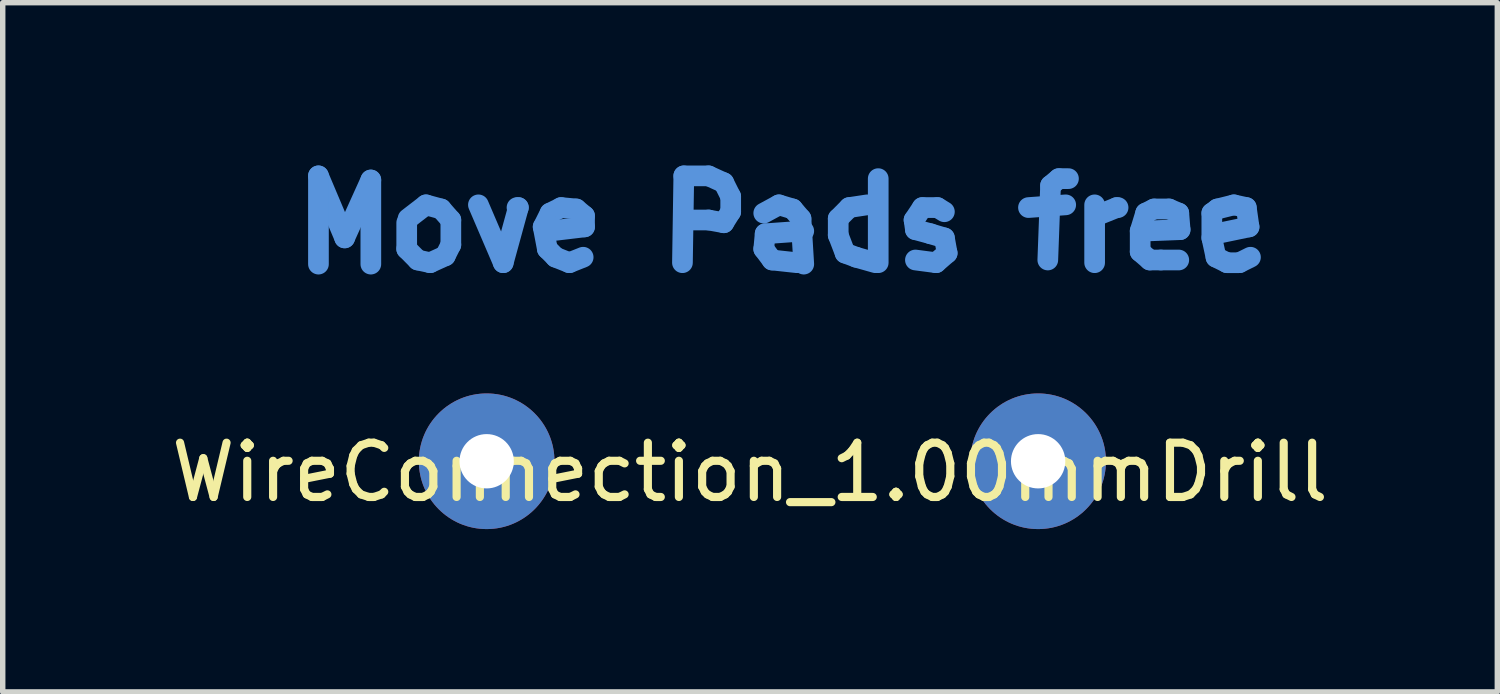
<source format=kicad_pcb>
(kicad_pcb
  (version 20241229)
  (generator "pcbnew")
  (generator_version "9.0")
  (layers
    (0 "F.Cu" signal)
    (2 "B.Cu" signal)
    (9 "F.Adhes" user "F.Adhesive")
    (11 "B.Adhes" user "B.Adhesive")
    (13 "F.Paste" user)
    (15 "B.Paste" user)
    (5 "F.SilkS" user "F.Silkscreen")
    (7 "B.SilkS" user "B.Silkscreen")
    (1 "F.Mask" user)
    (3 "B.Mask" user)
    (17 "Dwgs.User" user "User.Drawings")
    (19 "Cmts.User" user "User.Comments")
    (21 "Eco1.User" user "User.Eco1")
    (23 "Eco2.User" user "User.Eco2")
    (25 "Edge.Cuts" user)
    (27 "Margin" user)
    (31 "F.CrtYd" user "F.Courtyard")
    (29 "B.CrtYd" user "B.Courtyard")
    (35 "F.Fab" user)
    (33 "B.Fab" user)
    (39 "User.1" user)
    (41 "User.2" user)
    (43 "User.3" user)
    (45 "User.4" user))
  (footprint "WireConnection_1.00mmDrill"
    (layer "F.Cu")
    (at 5.916 5.448)
    (property "Reference" "WireConnection_1.00mmDrill" (at 4.851 0.203 0) (layer "F.SilkS") (effects (font (size 1 1) (thickness 0.15))))
    (attr through_hole)
    (fp_line (start -3.099 -5.258) (end -2.616 -4.115) (stroke (width 0.381) (type solid)) (layer "Cmts.User"))
    (fp_line (start -3.099 -3.632) (end -3.099 -5.258) (stroke (width 0.381) (type solid)) (layer "Cmts.User"))
    (fp_line (start -2.616 -4.115) (end -2.134 -5.182) (stroke (width 0.381) (type solid)) (layer "Cmts.User"))
    (fp_line (start -2.134 -5.182) (end -2.134 -3.632) (stroke (width 0.381) (type solid)) (layer "Cmts.User"))
    (fp_line (start -1.473 -4.394) (end -1.473 -3.912) (stroke (width 0.381) (type solid)) (layer "Cmts.User"))
    (fp_line (start -1.473 -3.912) (end -1.27 -3.708) (stroke (width 0.381) (type solid)) (layer "Cmts.User"))
    (fp_line (start -1.27 -3.708) (end -1.041 -3.658) (stroke (width 0.381) (type solid)) (layer "Cmts.User"))
    (fp_line (start -1.118 -4.724) (end -1.448 -4.47) (stroke (width 0.381) (type solid)) (layer "Cmts.User"))
    (fp_line (start -1.041 -3.658) (end -0.762 -3.785) (stroke (width 0.381) (type solid)) (layer "Cmts.User"))
    (fp_line (start -0.838 -4.648) (end -1.118 -4.724) (stroke (width 0.381) (type solid)) (layer "Cmts.User"))
    (fp_line (start -0.762 -3.785) (end -0.66 -3.988) (stroke (width 0.381) (type solid)) (layer "Cmts.User"))
    (fp_line (start -0.66 -4.445) (end -0.838 -4.648) (stroke (width 0.381) (type solid)) (layer "Cmts.User"))
    (fp_line (start -0.66 -3.988) (end -0.66 -4.445) (stroke (width 0.381) (type solid)) (layer "Cmts.User"))
    (fp_line (start -0.152 -4.724) (end 0.305 -3.658) (stroke (width 0.381) (type solid)) (layer "Cmts.User"))
    (fp_line (start 0.305 -3.658) (end 0.584 -4.674) (stroke (width 0.381) (type solid)) (layer "Cmts.User"))
    (fp_line (start 0.584 -4.674) (end 0.559 -4.674) (stroke (width 0.381) (type solid)) (layer "Cmts.User"))
    (fp_line (start 1.041 -4.318) (end 1.168 -4.572) (stroke (width 0.381) (type solid)) (layer "Cmts.User"))
    (fp_line (start 1.118 -3.912) (end 1.041 -4.318) (stroke (width 0.381) (type solid)) (layer "Cmts.User"))
    (fp_line (start 1.168 -4.572) (end 1.372 -4.674) (stroke (width 0.381) (type solid)) (layer "Cmts.User"))
    (fp_line (start 1.27 -3.759) (end 1.118 -3.912) (stroke (width 0.381) (type solid)) (layer "Cmts.User"))
    (fp_line (start 1.372 -4.674) (end 1.651 -4.648) (stroke (width 0.381) (type solid)) (layer "Cmts.User"))
    (fp_line (start 1.524 -3.658) (end 1.27 -3.759) (stroke (width 0.381) (type solid)) (layer "Cmts.User"))
    (fp_line (start 1.651 -4.648) (end 1.803 -4.521) (stroke (width 0.381) (type solid)) (layer "Cmts.User"))
    (fp_line (start 1.778 -3.759) (end 1.524 -3.658) (stroke (width 0.381) (type solid)) (layer "Cmts.User"))
    (fp_line (start 1.803 -4.521) (end 1.803 -4.318) (stroke (width 0.381) (type solid)) (layer "Cmts.User"))
    (fp_line (start 1.803 -4.318) (end 1.168 -4.242) (stroke (width 0.381) (type solid)) (layer "Cmts.User"))
    (fp_line (start 3.607 -3.658) (end 3.632 -5.258) (stroke (width 0.381) (type solid)) (layer "Cmts.User"))
    (fp_line (start 3.632 -5.258) (end 4.089 -5.258) (stroke (width 0.381) (type solid)) (layer "Cmts.User"))
    (fp_line (start 4.089 -5.258) (end 4.369 -5.131) (stroke (width 0.381) (type solid)) (layer "Cmts.User"))
    (fp_line (start 4.089 -4.445) (end 3.632 -4.445) (stroke (width 0.381) (type solid)) (layer "Cmts.User"))
    (fp_line (start 4.369 -5.131) (end 4.496 -4.877) (stroke (width 0.381) (type solid)) (layer "Cmts.User"))
    (fp_line (start 4.369 -4.394) (end 4.089 -4.445) (stroke (width 0.381) (type solid)) (layer "Cmts.User"))
    (fp_line (start 4.496 -4.877) (end 4.496 -4.597) (stroke (width 0.381) (type solid)) (layer "Cmts.User"))
    (fp_line (start 4.496 -4.597) (end 4.369 -4.394) (stroke (width 0.381) (type solid)) (layer "Cmts.User"))
    (fp_line (start 5.105 -4.572) (end 5.385 -4.724) (stroke (width 0.381) (type solid)) (layer "Cmts.User"))
    (fp_line (start 5.105 -3.912) (end 5.131 -4.191) (stroke (width 0.381) (type solid)) (layer "Cmts.User"))
    (fp_line (start 5.131 -4.191) (end 5.842 -4.242) (stroke (width 0.381) (type solid)) (layer "Cmts.User"))
    (fp_line (start 5.258 -3.708) (end 5.105 -3.912) (stroke (width 0.381) (type solid)) (layer "Cmts.User"))
    (fp_line (start 5.385 -4.724) (end 5.639 -4.648) (stroke (width 0.381) (type solid)) (layer "Cmts.User"))
    (fp_line (start 5.639 -4.648) (end 5.791 -4.47) (stroke (width 0.381) (type solid)) (layer "Cmts.User"))
    (fp_line (start 5.715 -3.658) (end 5.258 -3.708) (stroke (width 0.381) (type solid)) (layer "Cmts.User"))
    (fp_line (start 5.791 -4.47) (end 5.842 -3.632) (stroke (width 0.381) (type solid)) (layer "Cmts.User"))
    (fp_line (start 6.477 -4.47) (end 6.68 -4.674) (stroke (width 0.381) (type solid)) (layer "Cmts.User"))
    (fp_line (start 6.477 -4.166) (end 6.477 -4.47) (stroke (width 0.381) (type solid)) (layer "Cmts.User"))
    (fp_line (start 6.604 -3.835) (end 6.477 -4.166) (stroke (width 0.381) (type solid)) (layer "Cmts.User"))
    (fp_line (start 6.68 -4.674) (end 7.01 -4.724) (stroke (width 0.381) (type solid)) (layer "Cmts.User"))
    (fp_line (start 6.807 -3.759) (end 6.604 -3.835) (stroke (width 0.381) (type solid)) (layer "Cmts.User"))
    (fp_line (start 7.163 -3.658) (end 6.807 -3.759) (stroke (width 0.381) (type solid)) (layer "Cmts.User"))
    (fp_line (start 7.214 -5.207) (end 7.214 -3.658) (stroke (width 0.381) (type solid)) (layer "Cmts.User"))
    (fp_line (start 7.874 -4.445) (end 7.899 -4.267) (stroke (width 0.381) (type solid)) (layer "Cmts.User"))
    (fp_line (start 7.899 -4.267) (end 8.179 -4.191) (stroke (width 0.381) (type solid)) (layer "Cmts.User"))
    (fp_line (start 8.026 -4.674) (end 7.874 -4.445) (stroke (width 0.381) (type solid)) (layer "Cmts.User"))
    (fp_line (start 8.179 -4.191) (end 8.433 -4.115) (stroke (width 0.381) (type solid)) (layer "Cmts.User"))
    (fp_line (start 8.28 -3.658) (end 7.899 -3.708) (stroke (width 0.381) (type solid)) (layer "Cmts.User"))
    (fp_line (start 8.306 -4.674) (end 8.026 -4.674) (stroke (width 0.381) (type solid)) (layer "Cmts.User"))
    (fp_line (start 8.433 -4.597) (end 8.306 -4.674) (stroke (width 0.381) (type solid)) (layer "Cmts.User"))
    (fp_line (start 8.433 -4.115) (end 8.484 -3.835) (stroke (width 0.381) (type solid)) (layer "Cmts.User"))
    (fp_line (start 8.484 -3.835) (end 8.28 -3.658) (stroke (width 0.381) (type solid)) (layer "Cmts.User"))
    (fp_line (start 9.982 -4.674) (end 10.668 -4.724) (stroke (width 0.381) (type solid)) (layer "Cmts.User"))
    (fp_line (start 10.389 -5.08) (end 10.338 -3.708) (stroke (width 0.381) (type solid)) (layer "Cmts.User"))
    (fp_line (start 10.541 -5.207) (end 10.389 -5.08) (stroke (width 0.381) (type solid)) (layer "Cmts.User"))
    (fp_line (start 10.719 -5.207) (end 10.541 -5.207) (stroke (width 0.381) (type solid)) (layer "Cmts.User"))
    (fp_line (start 11.201 -4.724) (end 11.201 -3.658) (stroke (width 0.381) (type solid)) (layer "Cmts.User"))
    (fp_line (start 11.227 -4.521) (end 11.608 -4.674) (stroke (width 0.381) (type solid)) (layer "Cmts.User"))
    (fp_line (start 11.608 -4.674) (end 11.633 -4.674) (stroke (width 0.381) (type solid)) (layer "Cmts.User"))
    (fp_line (start 12.04 -4.242) (end 12.141 -4.572) (stroke (width 0.381) (type solid)) (layer "Cmts.User"))
    (fp_line (start 12.04 -3.861) (end 12.04 -4.242) (stroke (width 0.381) (type solid)) (layer "Cmts.User"))
    (fp_line (start 12.141 -4.572) (end 12.294 -4.648) (stroke (width 0.381) (type solid)) (layer "Cmts.User"))
    (fp_line (start 12.217 -3.708) (end 12.04 -3.861) (stroke (width 0.381) (type solid)) (layer "Cmts.User"))
    (fp_line (start 12.294 -4.648) (end 12.573 -4.648) (stroke (width 0.381) (type solid)) (layer "Cmts.User"))
    (fp_line (start 12.421 -3.708) (end 12.217 -3.708) (stroke (width 0.381) (type solid)) (layer "Cmts.User"))
    (fp_line (start 12.573 -4.648) (end 12.751 -4.572) (stroke (width 0.381) (type solid)) (layer "Cmts.User"))
    (fp_line (start 12.751 -4.572) (end 12.776 -4.267) (stroke (width 0.381) (type solid)) (layer "Cmts.User"))
    (fp_line (start 12.751 -3.708) (end 12.421 -3.708) (stroke (width 0.381) (type solid)) (layer "Cmts.User"))
    (fp_line (start 12.776 -4.267) (end 12.141 -4.242) (stroke (width 0.381) (type solid)) (layer "Cmts.User"))
    (fp_line (start 13.36 -4.572) (end 13.462 -4.648) (stroke (width 0.381) (type solid)) (layer "Cmts.User"))
    (fp_line (start 13.36 -4.115) (end 13.36 -4.572) (stroke (width 0.381) (type solid)) (layer "Cmts.User"))
    (fp_line (start 13.437 -4.191) (end 13.437 -4.242) (stroke (width 0.381) (type solid)) (layer "Cmts.User"))
    (fp_line (start 13.437 -3.759) (end 13.36 -4.115) (stroke (width 0.381) (type solid)) (layer "Cmts.User"))
    (fp_line (start 13.462 -4.648) (end 13.767 -4.724) (stroke (width 0.381) (type solid)) (layer "Cmts.User"))
    (fp_line (start 13.64 -3.658) (end 13.437 -3.759) (stroke (width 0.381) (type solid)) (layer "Cmts.User"))
    (fp_line (start 13.767 -4.724) (end 13.995 -4.674) (stroke (width 0.381) (type solid)) (layer "Cmts.User"))
    (fp_line (start 13.868 -3.658) (end 13.64 -3.658) (stroke (width 0.381) (type solid)) (layer "Cmts.User"))
    (fp_line (start 13.995 -4.674) (end 14.046 -4.318) (stroke (width 0.381) (type solid)) (layer "Cmts.User"))
    (fp_line (start 14.046 -4.318) (end 13.437 -4.191) (stroke (width 0.381) (type solid)) (layer "Cmts.User"))
    (fp_line (start 14.072 -3.759) (end 13.868 -3.658) (stroke (width 0.381) (type solid)) (layer "Cmts.User"))
    (pad "1" thru_hole circle (at 0 0) (size 2.499 2.499) (drill 1.001) (layers "*.Cu" "*.Mask"))
    (pad "2" thru_hole circle (at 10.16 0) (size 2.499 2.499) (drill 1.001) (layers "*.Cu" "*.Mask")))
  (gr_rect
    (start -3 -3)
    (end 24.536 9.698)
    (stroke (width 0.1) (type default))
    (fill no)
    (layer "Edge.Cuts")))
</source>
